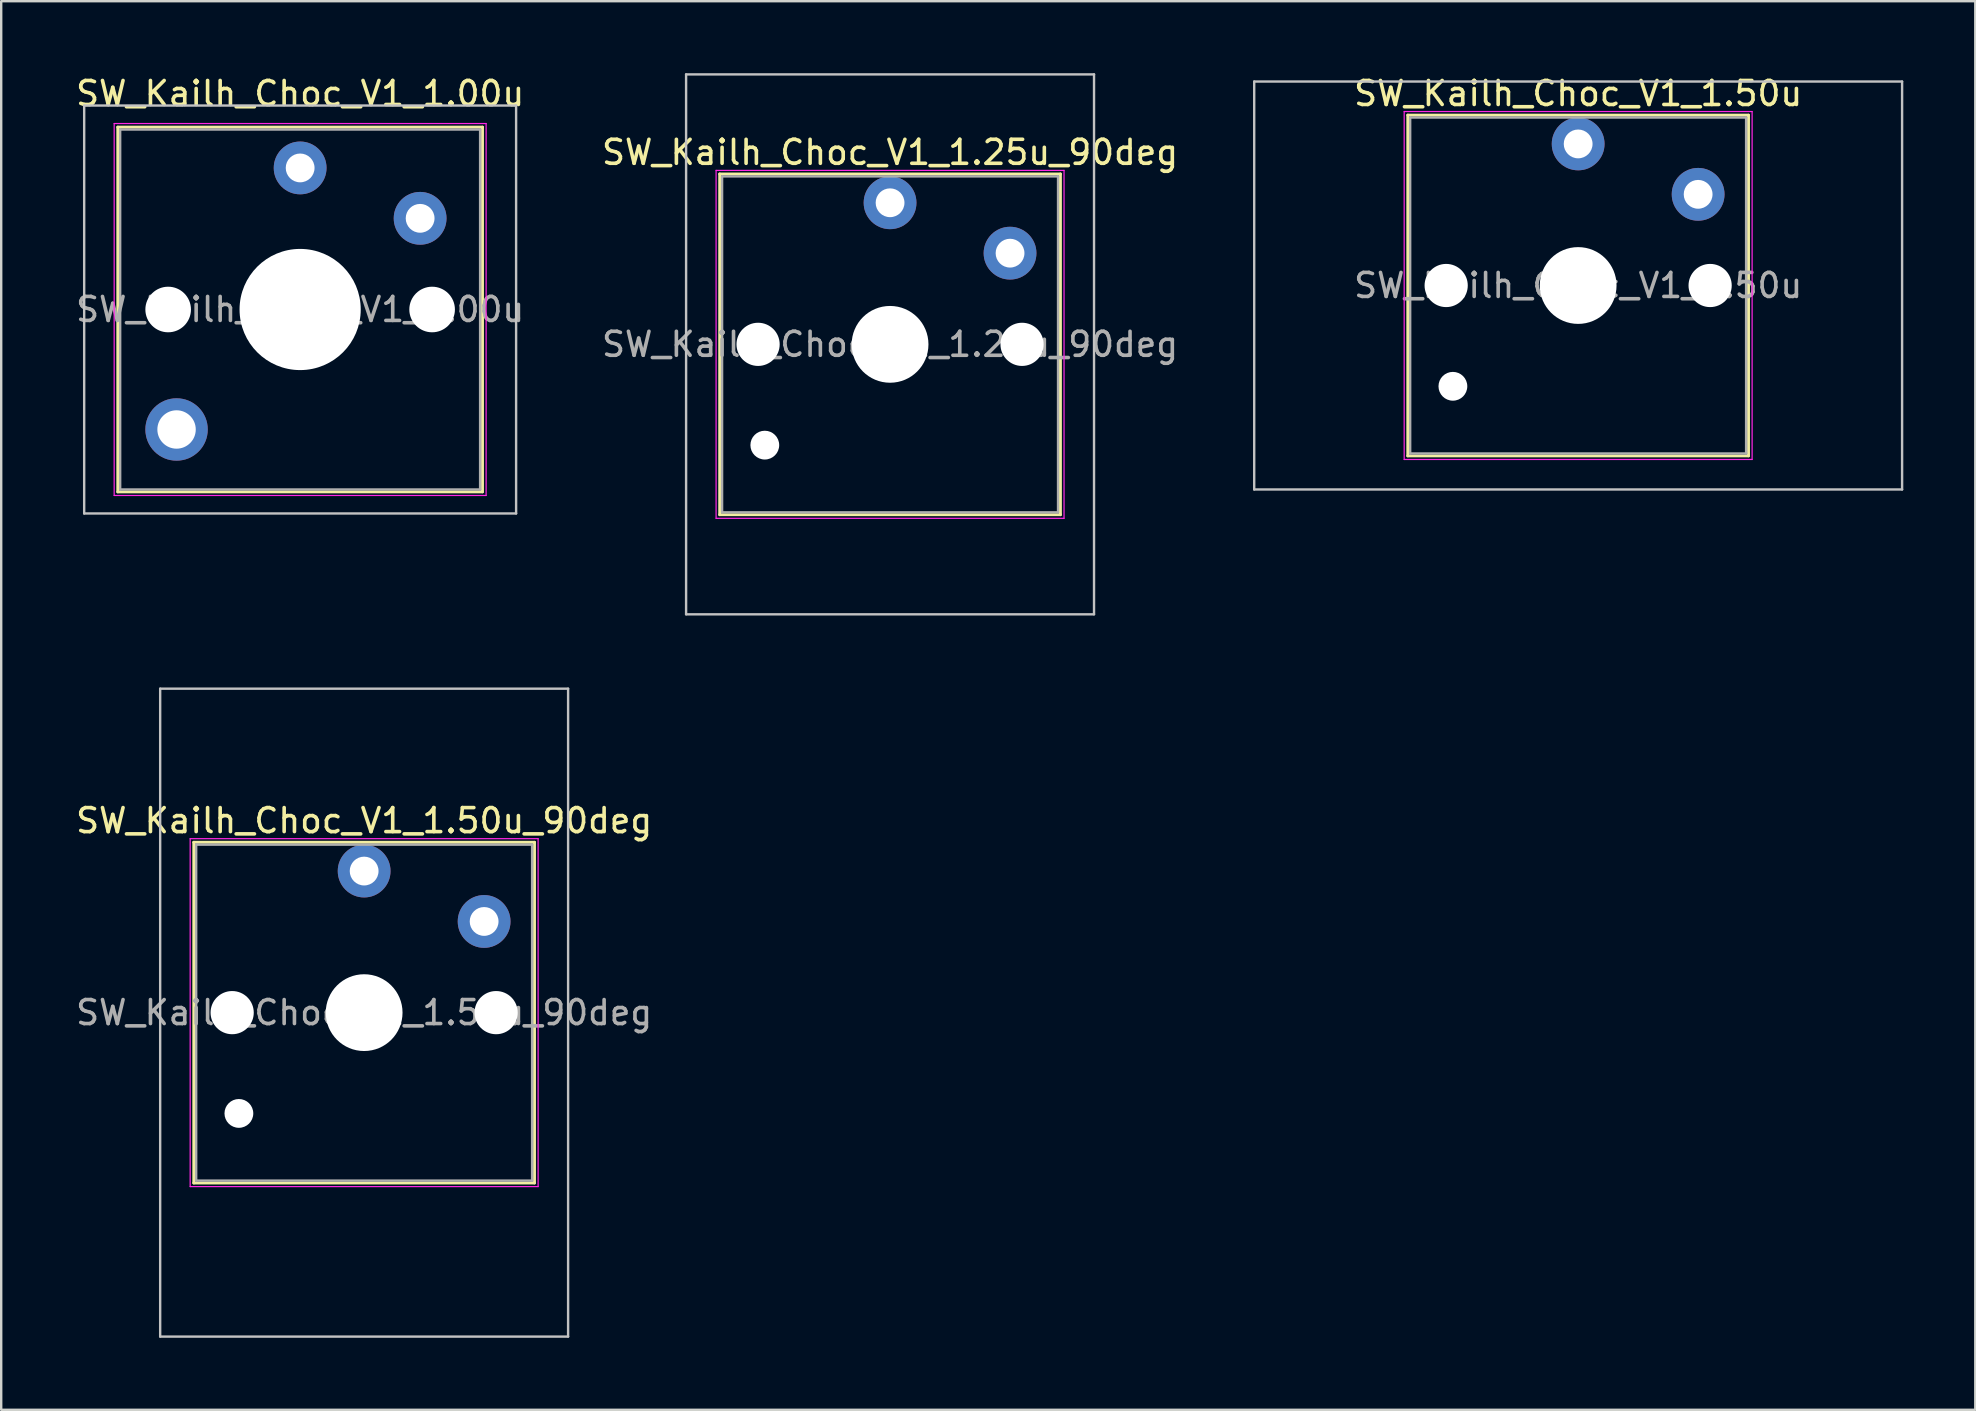
<source format=kicad_pcb>
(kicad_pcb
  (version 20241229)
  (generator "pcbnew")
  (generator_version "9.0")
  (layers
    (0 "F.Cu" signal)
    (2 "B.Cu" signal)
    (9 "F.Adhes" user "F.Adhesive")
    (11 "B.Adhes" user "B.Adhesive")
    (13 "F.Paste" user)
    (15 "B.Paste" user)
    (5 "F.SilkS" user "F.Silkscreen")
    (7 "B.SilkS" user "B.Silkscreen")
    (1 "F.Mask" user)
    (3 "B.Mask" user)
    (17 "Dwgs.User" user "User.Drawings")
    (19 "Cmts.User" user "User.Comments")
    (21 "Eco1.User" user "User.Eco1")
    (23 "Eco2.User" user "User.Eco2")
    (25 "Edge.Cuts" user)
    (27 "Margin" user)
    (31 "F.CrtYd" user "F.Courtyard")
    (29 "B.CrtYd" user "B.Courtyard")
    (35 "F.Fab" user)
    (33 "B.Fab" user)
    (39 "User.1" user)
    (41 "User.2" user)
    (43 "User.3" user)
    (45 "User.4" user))
  (footprint "SW_Kailh_Choc_V1_1.50u_90deg"
    (layer "F.Cu")
    (at 12.125 39.15)
    (property "Reference" "SW_Kailh_Choc_V1_1.50u_90deg" (at 0 -8 0) (layer "F.SilkS") (effects (font (size 1 1) (thickness 0.15))))
    (attr through_hole)
    (fp_line (start -7.1 -7.1) (end -7.1 7.1) (stroke (width 0.12) (type solid)) (layer "F.SilkS"))
    (fp_line (start -7.1 7.1) (end 7.1 7.1) (stroke (width 0.12) (type solid)) (layer "F.SilkS"))
    (fp_line (start 7.1 -7.1) (end -7.1 -7.1) (stroke (width 0.12) (type solid)) (layer "F.SilkS"))
    (fp_line (start 7.1 7.1) (end 7.1 -7.1) (stroke (width 0.12) (type solid)) (layer "F.SilkS"))
    (fp_line (start -8.5 -13.5) (end 8.5 -13.5) (stroke (width 0.1) (type solid)) (layer "Dwgs.User"))
    (fp_line (start -8.5 13.5) (end -8.5 -13.5) (stroke (width 0.1) (type solid)) (layer "Dwgs.User"))
    (fp_line (start 8.5 -13.5) (end 8.5 13.5) (stroke (width 0.1) (type solid)) (layer "Dwgs.User"))
    (fp_line (start 8.5 13.5) (end -8.5 13.5) (stroke (width 0.1) (type solid)) (layer "Dwgs.User"))
    (fp_line (start -7.25 -7.25) (end -7.25 7.25) (stroke (width 0.05) (type solid)) (layer "F.CrtYd"))
    (fp_line (start -7.25 7.25) (end 7.25 7.25) (stroke (width 0.05) (type solid)) (layer "F.CrtYd"))
    (fp_line (start 7.25 -7.25) (end -7.25 -7.25) (stroke (width 0.05) (type solid)) (layer "F.CrtYd"))
    (fp_line (start 7.25 7.25) (end 7.25 -7.25) (stroke (width 0.05) (type solid)) (layer "F.CrtYd"))
    (fp_line (start -7 -7) (end -7 7) (stroke (width 0.1) (type solid)) (layer "F.Fab"))
    (fp_line (start -7 7) (end 7 7) (stroke (width 0.1) (type solid)) (layer "F.Fab"))
    (fp_line (start 7 -7) (end -7 -7) (stroke (width 0.1) (type solid)) (layer "F.Fab"))
    (fp_line (start 7 7) (end 7 -7) (stroke (width 0.1) (type solid)) (layer "F.Fab"))
    (fp_text user "${REFERENCE}" (at 0 0 0) (layer "F.Fab") (effects (font (size 1 1) (thickness 0.15))))
    (pad "" np_thru_hole circle (at -5.5 0) (size 1.8 1.8) (drill 1.8) (layers "*.Cu" "*.Mask"))
    (pad "" np_thru_hole circle (at -5.22 4.2) (size 1.2 1.2) (drill 1.2) (layers "*.Cu" "*.Mask"))
    (pad "" np_thru_hole circle (at 0 0) (size 3.2 3.2) (drill 3.2) (layers "*.Cu" "*.Mask"))
    (pad "" np_thru_hole circle (at 5.5 0) (size 1.8 1.8) (drill 1.8) (layers "*.Cu" "*.Mask"))
    (pad "1" thru_hole circle (at 0 -5.9) (size 2.2 2.2) (drill 1.2) (layers "*.Cu" "B.Mask"))
    (pad "2" thru_hole circle (at 5 -3.8) (size 2.2 2.2) (drill 1.2) (layers "*.Cu" "B.Mask")))
  (footprint "SW_Kailh_Choc_V1_1.25u_90deg"
    (layer "F.Cu")
    (at 34.042 11.3)
    (property "Reference" "SW_Kailh_Choc_V1_1.25u_90deg" (at 0 -8 0) (layer "F.SilkS") (effects (font (size 1 1) (thickness 0.15))))
    (attr through_hole)
    (fp_line (start -7.1 -7.1) (end -7.1 7.1) (stroke (width 0.12) (type solid)) (layer "F.SilkS"))
    (fp_line (start -7.1 7.1) (end 7.1 7.1) (stroke (width 0.12) (type solid)) (layer "F.SilkS"))
    (fp_line (start 7.1 -7.1) (end -7.1 -7.1) (stroke (width 0.12) (type solid)) (layer "F.SilkS"))
    (fp_line (start 7.1 7.1) (end 7.1 -7.1) (stroke (width 0.12) (type solid)) (layer "F.SilkS"))
    (fp_line (start -8.5 -11.25) (end 8.5 -11.25) (stroke (width 0.1) (type solid)) (layer "Dwgs.User"))
    (fp_line (start -8.5 11.25) (end -8.5 -11.25) (stroke (width 0.1) (type solid)) (layer "Dwgs.User"))
    (fp_line (start 8.5 -11.25) (end 8.5 11.25) (stroke (width 0.1) (type solid)) (layer "Dwgs.User"))
    (fp_line (start 8.5 11.25) (end -8.5 11.25) (stroke (width 0.1) (type solid)) (layer "Dwgs.User"))
    (fp_line (start -7.25 -7.25) (end -7.25 7.25) (stroke (width 0.05) (type solid)) (layer "F.CrtYd"))
    (fp_line (start -7.25 7.25) (end 7.25 7.25) (stroke (width 0.05) (type solid)) (layer "F.CrtYd"))
    (fp_line (start 7.25 -7.25) (end -7.25 -7.25) (stroke (width 0.05) (type solid)) (layer "F.CrtYd"))
    (fp_line (start 7.25 7.25) (end 7.25 -7.25) (stroke (width 0.05) (type solid)) (layer "F.CrtYd"))
    (fp_line (start -7 -7) (end -7 7) (stroke (width 0.1) (type solid)) (layer "F.Fab"))
    (fp_line (start -7 7) (end 7 7) (stroke (width 0.1) (type solid)) (layer "F.Fab"))
    (fp_line (start 7 -7) (end -7 -7) (stroke (width 0.1) (type solid)) (layer "F.Fab"))
    (fp_line (start 7 7) (end 7 -7) (stroke (width 0.1) (type solid)) (layer "F.Fab"))
    (fp_text user "${REFERENCE}" (at 0 0 0) (layer "F.Fab") (effects (font (size 1 1) (thickness 0.15))))
    (pad "" np_thru_hole circle (at -5.5 0) (size 1.8 1.8) (drill 1.8) (layers "*.Cu" "*.Mask"))
    (pad "" np_thru_hole circle (at -5.22 4.2) (size 1.2 1.2) (drill 1.2) (layers "*.Cu" "*.Mask"))
    (pad "" np_thru_hole circle (at 0 0) (size 3.2 3.2) (drill 3.2) (layers "*.Cu" "*.Mask"))
    (pad "" np_thru_hole circle (at 5.5 0) (size 1.8 1.8) (drill 1.8) (layers "*.Cu" "*.Mask"))
    (pad "1" thru_hole circle (at 0 -5.9) (size 2.2 2.2) (drill 1.2) (layers "*.Cu" "B.Mask"))
    (pad "2" thru_hole circle (at 5 -3.8) (size 2.2 2.2) (drill 1.2) (layers "*.Cu" "B.Mask")))
  (footprint "SW_Kailh_Choc_V1_1.00u"
    (layer "F.Cu")
    (at 9.458 9.848)
    (property "Reference" "SW_Kailh_Choc_V1_1.00u" (at 0 -9 0) (layer "F.SilkS") (effects (font (size 1 1) (thickness 0.15))))
    (attr through_hole)
    (fp_line (start -7.6 -7.6) (end -7.6 7.6) (stroke (width 0.12) (type solid)) (layer "F.SilkS"))
    (fp_line (start -7.6 7.6) (end 7.6 7.6) (stroke (width 0.12) (type solid)) (layer "F.SilkS"))
    (fp_line (start 7.6 -7.6) (end -7.6 -7.6) (stroke (width 0.12) (type solid)) (layer "F.SilkS"))
    (fp_line (start 7.6 7.6) (end 7.6 -7.6) (stroke (width 0.12) (type solid)) (layer "F.SilkS"))
    (fp_line (start -9 -8.5) (end -9 8.5) (stroke (width 0.1) (type solid)) (layer "Dwgs.User"))
    (fp_line (start -9 8.5) (end 9 8.5) (stroke (width 0.1) (type solid)) (layer "Dwgs.User"))
    (fp_line (start 9 -8.5) (end -9 -8.5) (stroke (width 0.1) (type solid)) (layer "Dwgs.User"))
    (fp_line (start 9 8.5) (end 9 -8.5) (stroke (width 0.1) (type solid)) (layer "Dwgs.User"))
    (fp_line (start -7.25 -7.25) (end -7.25 7.25) (stroke (width 0.1) (type solid)) (layer "Eco1.User"))
    (fp_line (start -7.25 7.25) (end 7.25 7.25) (stroke (width 0.1) (type solid)) (layer "Eco1.User"))
    (fp_line (start 7.25 -7.25) (end -7.25 -7.25) (stroke (width 0.1) (type solid)) (layer "Eco1.User"))
    (fp_line (start 7.25 7.25) (end 7.25 -7.25) (stroke (width 0.1) (type solid)) (layer "Eco1.User"))
    (fp_line (start -7.75 -7.75) (end -7.75 7.75) (stroke (width 0.05) (type solid)) (layer "F.CrtYd"))
    (fp_line (start -7.75 7.75) (end 7.75 7.75) (stroke (width 0.05) (type solid)) (layer "F.CrtYd"))
    (fp_line (start 7.75 -7.75) (end -7.75 -7.75) (stroke (width 0.05) (type solid)) (layer "F.CrtYd"))
    (fp_line (start 7.75 7.75) (end 7.75 -7.75) (stroke (width 0.05) (type solid)) (layer "F.CrtYd"))
    (fp_line (start -7.5 -7.5) (end -7.5 7.5) (stroke (width 0.1) (type solid)) (layer "F.Fab"))
    (fp_line (start -7.5 7.5) (end 7.5 7.5) (stroke (width 0.1) (type solid)) (layer "F.Fab"))
    (fp_line (start 7.5 -7.5) (end -7.5 -7.5) (stroke (width 0.1) (type solid)) (layer "F.Fab"))
    (fp_line (start 7.5 7.5) (end 7.5 -7.5) (stroke (width 0.1) (type solid)) (layer "F.Fab"))
    (fp_text user "${REFERENCE}" (at 0 0 0) (layer "F.Fab") (effects (font (size 1 1) (thickness 0.15))))
    (pad "" np_thru_hole circle (at -5.5 0) (size 1.9 1.9) (drill 1.9) (layers "*.Cu" "*.Mask"))
    (pad "" thru_hole circle (at -5.15 5) (size 2.6 2.6) (drill 1.6) (layers "*.Cu" "B.Mask"))
    (pad "" np_thru_hole circle (at 0 0) (size 5.05 5.05) (drill 5.05) (layers "*.Cu" "*.Mask"))
    (pad "" np_thru_hole circle (at 5.5 0) (size 1.9 1.9) (drill 1.9) (layers "*.Cu" "*.Mask"))
    (pad "1" thru_hole circle (at 0 -5.9) (size 2.2 2.2) (drill 1.2) (layers "*.Cu" "B.Mask"))
    (pad "2" thru_hole circle (at 5 -3.8) (size 2.2 2.2) (drill 1.2) (layers "*.Cu" "B.Mask")))
  (footprint "SW_Kailh_Choc_V1_1.50u"
    (layer "F.Cu")
    (at 62.717 8.848)
    (property "Reference" "SW_Kailh_Choc_V1_1.50u" (at 0 -8 0) (layer "F.SilkS") (effects (font (size 1 1) (thickness 0.15))))
    (attr through_hole)
    (fp_line (start -7.1 -7.1) (end -7.1 7.1) (stroke (width 0.12) (type solid)) (layer "F.SilkS"))
    (fp_line (start -7.1 7.1) (end 7.1 7.1) (stroke (width 0.12) (type solid)) (layer "F.SilkS"))
    (fp_line (start 7.1 -7.1) (end -7.1 -7.1) (stroke (width 0.12) (type solid)) (layer "F.SilkS"))
    (fp_line (start 7.1 7.1) (end 7.1 -7.1) (stroke (width 0.12) (type solid)) (layer "F.SilkS"))
    (fp_line (start -13.5 -8.5) (end -13.5 8.5) (stroke (width 0.1) (type solid)) (layer "Dwgs.User"))
    (fp_line (start -13.5 8.5) (end 13.5 8.5) (stroke (width 0.1) (type solid)) (layer "Dwgs.User"))
    (fp_line (start 13.5 -8.5) (end -13.5 -8.5) (stroke (width 0.1) (type solid)) (layer "Dwgs.User"))
    (fp_line (start 13.5 8.5) (end 13.5 -8.5) (stroke (width 0.1) (type solid)) (layer "Dwgs.User"))
    (fp_line (start -7.25 -7.25) (end -7.25 7.25) (stroke (width 0.05) (type solid)) (layer "F.CrtYd"))
    (fp_line (start -7.25 7.25) (end 7.25 7.25) (stroke (width 0.05) (type solid)) (layer "F.CrtYd"))
    (fp_line (start 7.25 -7.25) (end -7.25 -7.25) (stroke (width 0.05) (type solid)) (layer "F.CrtYd"))
    (fp_line (start 7.25 7.25) (end 7.25 -7.25) (stroke (width 0.05) (type solid)) (layer "F.CrtYd"))
    (fp_line (start -7 -7) (end -7 7) (stroke (width 0.1) (type solid)) (layer "F.Fab"))
    (fp_line (start -7 7) (end 7 7) (stroke (width 0.1) (type solid)) (layer "F.Fab"))
    (fp_line (start 7 -7) (end -7 -7) (stroke (width 0.1) (type solid)) (layer "F.Fab"))
    (fp_line (start 7 7) (end 7 -7) (stroke (width 0.1) (type solid)) (layer "F.Fab"))
    (fp_text user "${REFERENCE}" (at 0 0 0) (layer "F.Fab") (effects (font (size 1 1) (thickness 0.15))))
    (pad "" np_thru_hole circle (at -5.5 0) (size 1.8 1.8) (drill 1.8) (layers "*.Cu" "*.Mask"))
    (pad "" np_thru_hole circle (at -5.22 4.2) (size 1.2 1.2) (drill 1.2) (layers "*.Cu" "*.Mask"))
    (pad "" np_thru_hole circle (at 0 0) (size 3.2 3.2) (drill 3.2) (layers "*.Cu" "*.Mask"))
    (pad "" np_thru_hole circle (at 5.5 0) (size 1.8 1.8) (drill 1.8) (layers "*.Cu" "*.Mask"))
    (pad "1" thru_hole circle (at 0 -5.9) (size 2.2 2.2) (drill 1.2) (layers "*.Cu" "B.Mask"))
    (pad "2" thru_hole circle (at 5 -3.8) (size 2.2 2.2) (drill 1.2) (layers "*.Cu" "B.Mask")))
  (gr_rect
    (start -3 -3)
    (end 79.267 55.7)
    (stroke (width 0.1) (type default))
    (fill no)
    (layer "Edge.Cuts")))
</source>
